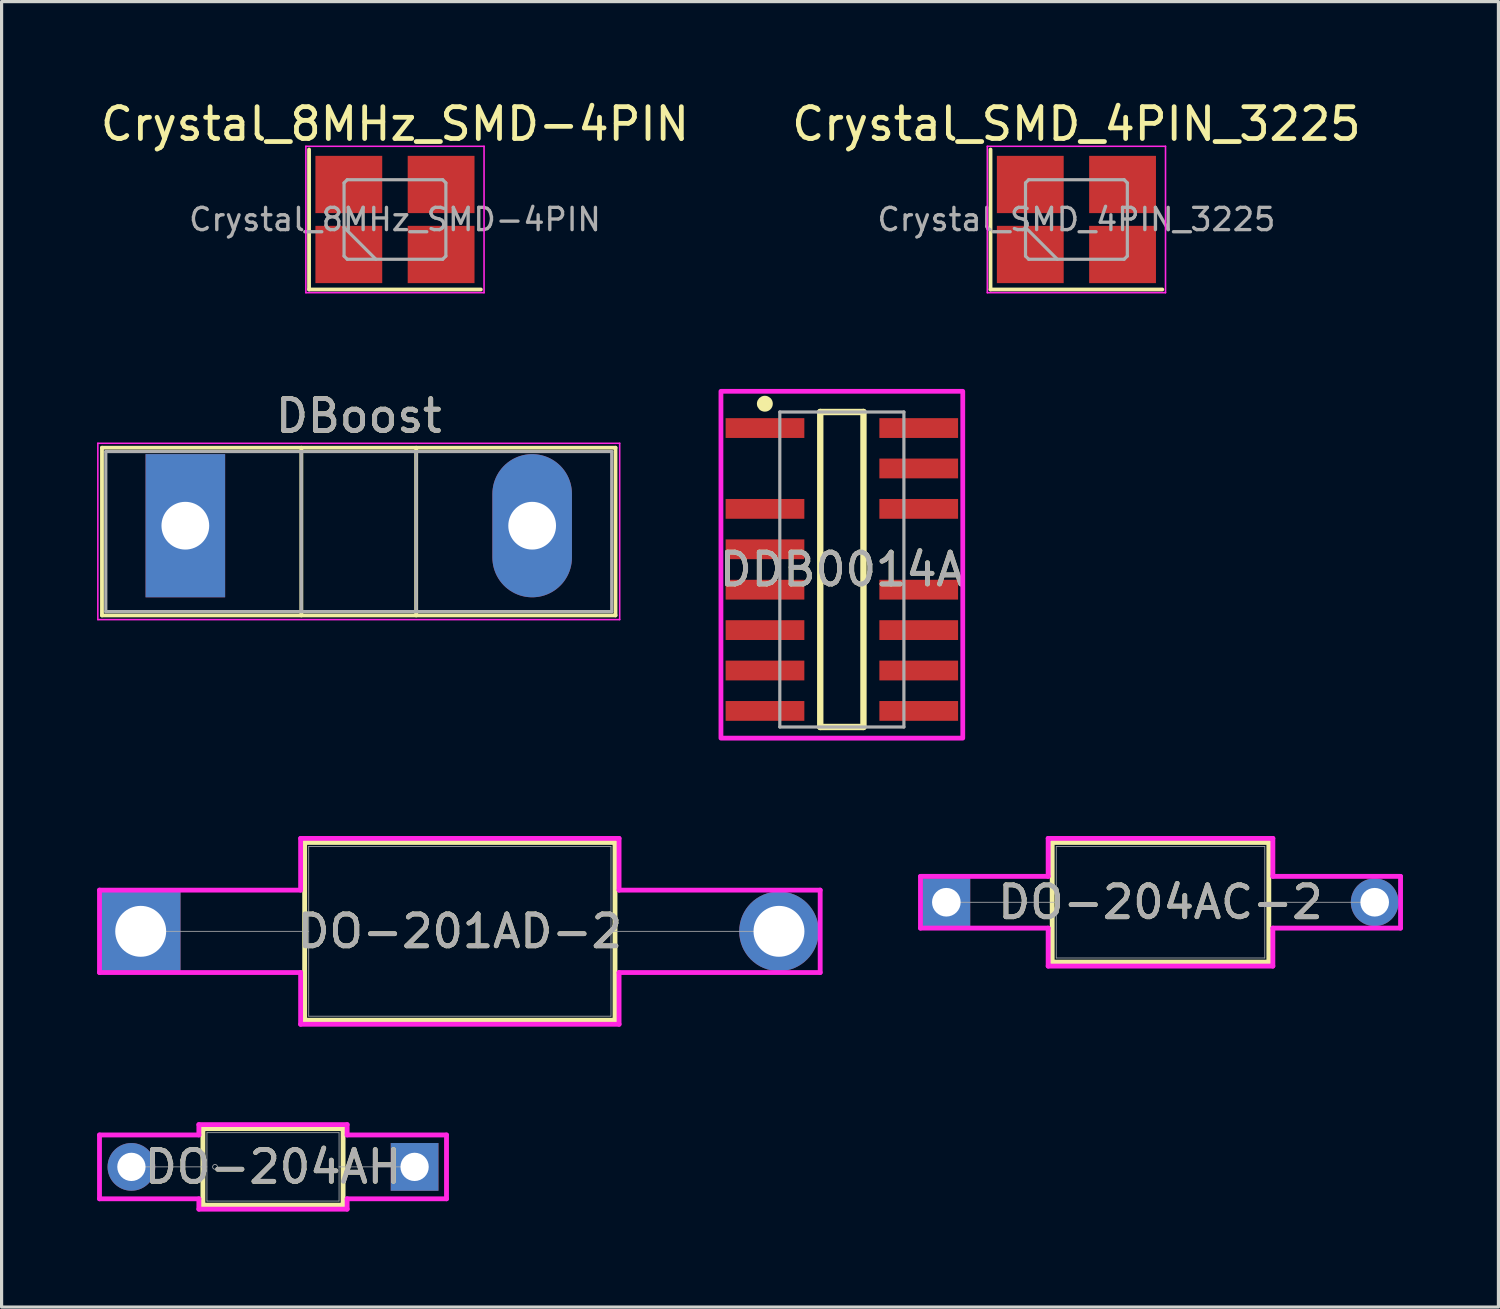
<source format=kicad_pcb>
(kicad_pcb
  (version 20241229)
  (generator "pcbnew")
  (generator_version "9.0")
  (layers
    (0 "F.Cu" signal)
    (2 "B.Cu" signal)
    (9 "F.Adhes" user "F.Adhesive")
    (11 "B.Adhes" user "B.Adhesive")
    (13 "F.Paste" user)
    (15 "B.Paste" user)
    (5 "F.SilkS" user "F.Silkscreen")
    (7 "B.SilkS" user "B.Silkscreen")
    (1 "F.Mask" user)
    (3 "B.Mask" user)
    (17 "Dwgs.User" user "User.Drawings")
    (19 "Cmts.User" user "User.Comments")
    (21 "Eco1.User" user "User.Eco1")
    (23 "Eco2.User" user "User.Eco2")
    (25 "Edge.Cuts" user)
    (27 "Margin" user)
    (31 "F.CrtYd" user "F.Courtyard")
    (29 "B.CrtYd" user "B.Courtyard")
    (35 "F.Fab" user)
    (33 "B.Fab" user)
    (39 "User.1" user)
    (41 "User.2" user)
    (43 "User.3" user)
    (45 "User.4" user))
  (footprint "DO-201AD-2"
    (layer "F.Cu")
    (at 1.372 26.22)
    (property "Reference" "DO-201AD-2" (at 10.03 0 0) (unlocked yes) (layer "F.SilkS") (effects (font (size 1 1) (thickness 0.15))))
    (attr through_hole)
    (fp_line (start 5.153 -2.794) (end 5.153 2.794) (stroke (width 0.152) (type solid)) (layer "F.SilkS"))
    (fp_line (start 5.153 2.794) (end 14.907 2.794) (stroke (width 0.152) (type solid)) (layer "F.SilkS"))
    (fp_line (start 14.907 -2.794) (end 5.153 -2.794) (stroke (width 0.152) (type solid)) (layer "F.SilkS"))
    (fp_line (start 14.907 2.794) (end 14.907 -2.794) (stroke (width 0.152) (type solid)) (layer "F.SilkS"))
    (fp_line (start -1.295 -1.295) (end 5.026 -1.295) (stroke (width 0.152) (type solid)) (layer "F.CrtYd"))
    (fp_line (start -1.295 1.295) (end -1.295 -1.295) (stroke (width 0.152) (type solid)) (layer "F.CrtYd"))
    (fp_line (start 5.026 -2.921) (end 15.034 -2.921) (stroke (width 0.152) (type solid)) (layer "F.CrtYd"))
    (fp_line (start 5.026 -1.295) (end 5.026 -2.921) (stroke (width 0.152) (type solid)) (layer "F.CrtYd"))
    (fp_line (start 5.026 1.295) (end -1.295 1.295) (stroke (width 0.152) (type solid)) (layer "F.CrtYd"))
    (fp_line (start 5.026 2.921) (end 5.026 1.295) (stroke (width 0.152) (type solid)) (layer "F.CrtYd"))
    (fp_line (start 15.034 -2.921) (end 15.034 -1.295) (stroke (width 0.152) (type solid)) (layer "F.CrtYd"))
    (fp_line (start 15.034 -1.295) (end 21.355 -1.295) (stroke (width 0.152) (type solid)) (layer "F.CrtYd"))
    (fp_line (start 15.034 1.295) (end 15.034 2.921) (stroke (width 0.152) (type solid)) (layer "F.CrtYd"))
    (fp_line (start 15.034 2.921) (end 5.026 2.921) (stroke (width 0.152) (type solid)) (layer "F.CrtYd"))
    (fp_line (start 21.355 -1.295) (end 21.355 1.295) (stroke (width 0.152) (type solid)) (layer "F.CrtYd"))
    (fp_line (start 21.355 1.295) (end 15.034 1.295) (stroke (width 0.152) (type solid)) (layer "F.CrtYd"))
    (fp_line (start 0 0) (end 5.28 0) (stroke (width 0.025) (type solid)) (layer "F.Fab"))
    (fp_line (start 5.28 -2.667) (end 5.28 2.667) (stroke (width 0.025) (type solid)) (layer "F.Fab"))
    (fp_line (start 5.28 2.667) (end 14.78 2.667) (stroke (width 0.025) (type solid)) (layer "F.Fab"))
    (fp_line (start 14.78 -2.667) (end 5.28 -2.667) (stroke (width 0.025) (type solid)) (layer "F.Fab"))
    (fp_line (start 14.78 2.667) (end 14.78 -2.667) (stroke (width 0.025) (type solid)) (layer "F.Fab"))
    (fp_line (start 20.06 0) (end 14.78 0) (stroke (width 0.025) (type solid)) (layer "F.Fab"))
    (fp_text user "${REFERENCE}" (at 10.03 0 0) (unlocked yes) (layer "F.Fab") (effects (font (size 1 1) (thickness 0.15))))
    (pad "1" thru_hole rect (at 0 0) (size 2.5 2.5) (drill 1.6) (layers "*.Cu" "*.Mask"))
    (pad "2" thru_hole circle (at 20.06 0) (size 2.5 2.5) (drill 1.6) (layers "*.Cu" "*.Mask")))
  (footprint "DO-204AC-2"
    (layer "F.Cu")
    (at 26.692 25.306)
    (property "Reference" "DO-204AC-2" (at 6.731 0 0) (unlocked yes) (layer "F.SilkS") (effects (font (size 1 1) (thickness 0.15))))
    (attr through_hole)
    (fp_line (start 3.327 -1.88) (end 3.327 1.88) (stroke (width 0.152) (type solid)) (layer "F.SilkS"))
    (fp_line (start 3.327 1.88) (end 10.135 1.88) (stroke (width 0.152) (type solid)) (layer "F.SilkS"))
    (fp_line (start 10.135 -1.88) (end 3.327 -1.88) (stroke (width 0.152) (type solid)) (layer "F.SilkS"))
    (fp_line (start 10.135 1.88) (end 10.135 -1.88) (stroke (width 0.152) (type solid)) (layer "F.SilkS"))
    (fp_line (start -0.813 -0.813) (end 3.2 -0.813) (stroke (width 0.152) (type solid)) (layer "F.CrtYd"))
    (fp_line (start -0.813 0.813) (end -0.813 -0.813) (stroke (width 0.152) (type solid)) (layer "F.CrtYd"))
    (fp_line (start 3.2 -2.007) (end 10.262 -2.007) (stroke (width 0.152) (type solid)) (layer "F.CrtYd"))
    (fp_line (start 3.2 -0.813) (end 3.2 -2.007) (stroke (width 0.152) (type solid)) (layer "F.CrtYd"))
    (fp_line (start 3.2 0.813) (end -0.813 0.813) (stroke (width 0.152) (type solid)) (layer "F.CrtYd"))
    (fp_line (start 3.2 2.007) (end 3.2 0.813) (stroke (width 0.152) (type solid)) (layer "F.CrtYd"))
    (fp_line (start 10.262 -2.007) (end 10.262 -0.813) (stroke (width 0.152) (type solid)) (layer "F.CrtYd"))
    (fp_line (start 10.262 -0.813) (end 14.275 -0.813) (stroke (width 0.152) (type solid)) (layer "F.CrtYd"))
    (fp_line (start 10.262 0.813) (end 10.262 2.007) (stroke (width 0.152) (type solid)) (layer "F.CrtYd"))
    (fp_line (start 10.262 2.007) (end 3.2 2.007) (stroke (width 0.152) (type solid)) (layer "F.CrtYd"))
    (fp_line (start 14.275 -0.813) (end 14.275 0.813) (stroke (width 0.152) (type solid)) (layer "F.CrtYd"))
    (fp_line (start 14.275 0.813) (end 10.262 0.813) (stroke (width 0.152) (type solid)) (layer "F.CrtYd"))
    (fp_line (start 0 0) (end 3.454 0) (stroke (width 0.025) (type solid)) (layer "F.Fab"))
    (fp_line (start 3.454 -1.753) (end 3.454 1.753) (stroke (width 0.025) (type solid)) (layer "F.Fab"))
    (fp_line (start 3.454 1.753) (end 10.008 1.753) (stroke (width 0.025) (type solid)) (layer "F.Fab"))
    (fp_line (start 10.008 -1.753) (end 3.454 -1.753) (stroke (width 0.025) (type solid)) (layer "F.Fab"))
    (fp_line (start 10.008 1.753) (end 10.008 -1.753) (stroke (width 0.025) (type solid)) (layer "F.Fab"))
    (fp_line (start 13.462 0) (end 10.008 0) (stroke (width 0.025) (type solid)) (layer "F.Fab"))
    (fp_text user "${REFERENCE}" (at 6.731 0 0) (unlocked yes) (layer "F.Fab") (effects (font (size 1 1) (thickness 0.15))))
    (pad "1" thru_hole rect (at 0 0) (size 1.5 1.5) (drill 0.9) (layers "*.Cu" "*.Mask"))
    (pad "2" thru_hole circle (at 13.462 0) (size 1.5 1.5) (drill 0.9) (layers "*.Cu" "*.Mask")))
  (footprint "DDB0014A"
    (layer "F.Cu")
    (at 23.408 14.848)
    (property "Reference" "DDB0014A" (at 0 0 0) (unlocked yes) (layer "F.SilkS") (effects (font (size 1 1) (thickness 0.15))))
    (attr smd)
    (fp_line (start -0.679 -4.95) (end 0.679 -4.95) (stroke (width 0.2) (type solid)) (layer "F.SilkS"))
    (fp_line (start -0.679 4.95) (end -0.679 -4.95) (stroke (width 0.2) (type solid)) (layer "F.SilkS"))
    (fp_line (start -0.679 4.95) (end 0.679 4.95) (stroke (width 0.2) (type solid)) (layer "F.SilkS"))
    (fp_line (start 0.679 4.95) (end 0.679 -4.95) (stroke (width 0.2) (type solid)) (layer "F.SilkS"))
    (fp_circle (center -2.42 -5.21) (end -2.295 -5.21) (stroke (width 0.25) (type solid)) (fill no) (layer "F.SilkS"))
    (fp_rect (start -3.8 -5.6) (end 3.8 5.3) (stroke (width 0.15) (type solid)) (fill no) (layer "F.CrtYd"))
    (fp_line (start -1.95 -4.95) (end 1.95 -4.95) (stroke (width 0.1) (type solid)) (layer "F.Fab"))
    (fp_line (start -1.95 4.95) (end -1.95 -4.95) (stroke (width 0.1) (type solid)) (layer "F.Fab"))
    (fp_line (start -1.95 4.95) (end 1.95 4.95) (stroke (width 0.1) (type solid)) (layer "F.Fab"))
    (fp_line (start 1.95 4.95) (end 1.95 -4.95) (stroke (width 0.1) (type solid)) (layer "F.Fab"))
    (fp_text user "${REFERENCE}" (at 0 0 0) (unlocked yes) (layer "F.Fab") (effects (font (size 1 1) (thickness 0.15))))
    (pad "1" smd rect (at -2.416 -4.445) (size 2.474 0.622) (layers "F.Cu" "F.Mask" "F.Paste"))
    (pad "3" smd rect (at -2.416 -1.905) (size 2.474 0.622) (layers "F.Cu" "F.Mask" "F.Paste"))
    (pad "4" smd rect (at -2.416 -0.635) (size 2.474 0.622) (layers "F.Cu" "F.Mask" "F.Paste"))
    (pad "5" smd rect (at -2.416 0.635) (size 2.474 0.622) (layers "F.Cu" "F.Mask" "F.Paste"))
    (pad "6" smd rect (at -2.416 1.905) (size 2.474 0.622) (layers "F.Cu" "F.Mask" "F.Paste"))
    (pad "7" smd rect (at -2.416 3.175) (size 2.474 0.622) (layers "F.Cu" "F.Mask" "F.Paste"))
    (pad "8" smd rect (at -2.416 4.445) (size 2.474 0.622) (layers "F.Cu" "F.Mask" "F.Paste"))
    (pad "9" smd rect (at 2.416 4.445) (size 2.474 0.622) (layers "F.Cu" "F.Mask" "F.Paste"))
    (pad "10" smd rect (at 2.416 3.175) (size 2.474 0.622) (layers "F.Cu" "F.Mask" "F.Paste"))
    (pad "11" smd rect (at 2.416 1.905) (size 2.474 0.622) (layers "F.Cu" "F.Mask" "F.Paste"))
    (pad "12" smd rect (at 2.416 0.635) (size 2.474 0.622) (layers "F.Cu" "F.Mask" "F.Paste"))
    (pad "14" smd rect (at 2.416 -1.905) (size 2.474 0.622) (layers "F.Cu" "F.Mask" "F.Paste"))
    (pad "15" smd rect (at 2.416 -3.175) (size 2.474 0.622) (layers "F.Cu" "F.Mask" "F.Paste"))
    (pad "16" smd rect (at 2.416 -4.445) (size 2.474 0.622) (layers "F.Cu" "F.Mask" "F.Paste")))
  (footprint "Crystal_8MHz_SMD-4PIN"
    (layer "F.Cu")
    (at 9.363 3.848)
    (property "Reference" "Crystal_8MHz_SMD-4PIN" (at 0 -3 0) (layer "F.SilkS") (effects (font (size 1 1) (thickness 0.15))))
    (attr smd)
    (fp_line (start -2.7 -2.2) (end -2.7 2.2) (stroke (width 0.12) (type solid)) (layer "F.SilkS"))
    (fp_line (start -2.7 2.2) (end 2.7 2.2) (stroke (width 0.12) (type solid)) (layer "F.SilkS"))
    (fp_line (start -2.8 -2.3) (end -2.8 2.3) (stroke (width 0.05) (type solid)) (layer "F.CrtYd"))
    (fp_line (start -2.8 2.3) (end 2.8 2.3) (stroke (width 0.05) (type solid)) (layer "F.CrtYd"))
    (fp_line (start 2.8 -2.3) (end -2.8 -2.3) (stroke (width 0.05) (type solid)) (layer "F.CrtYd"))
    (fp_line (start 2.8 2.3) (end 2.8 -2.3) (stroke (width 0.05) (type solid)) (layer "F.CrtYd"))
    (fp_line (start -1.6 -1.15) (end -1.5 -1.25) (stroke (width 0.1) (type solid)) (layer "F.Fab"))
    (fp_line (start -1.6 0.25) (end -0.6 1.25) (stroke (width 0.1) (type solid)) (layer "F.Fab"))
    (fp_line (start -1.6 1.15) (end -1.6 -1.15) (stroke (width 0.1) (type solid)) (layer "F.Fab"))
    (fp_line (start -1.5 -1.25) (end 1.5 -1.25) (stroke (width 0.1) (type solid)) (layer "F.Fab"))
    (fp_line (start -1.5 1.25) (end -1.6 1.15) (stroke (width 0.1) (type solid)) (layer "F.Fab"))
    (fp_line (start 1.5 -1.25) (end 1.6 -1.15) (stroke (width 0.1) (type solid)) (layer "F.Fab"))
    (fp_line (start 1.5 1.25) (end -1.5 1.25) (stroke (width 0.1) (type solid)) (layer "F.Fab"))
    (fp_line (start 1.6 -1.15) (end 1.6 1.15) (stroke (width 0.1) (type solid)) (layer "F.Fab"))
    (fp_line (start 1.6 1.15) (end 1.5 1.25) (stroke (width 0.1) (type solid)) (layer "F.Fab"))
    (fp_text user "${REFERENCE}" (at 0 0 0) (layer "F.Fab") (effects (font (size 0.7 0.7) (thickness 0.105))))
    (pad "1" smd rect (at -1.45 1.1) (size 2.1 1.8) (layers "F.Cu" "F.Mask" "F.Paste"))
    (pad "2" smd rect (at 1.45 1.1) (size 2.1 1.8) (layers "F.Cu" "F.Mask" "F.Paste"))
    (pad "3" smd rect (at 1.45 -1.1) (size 2.1 1.8) (layers "F.Cu" "F.Mask" "F.Paste"))
    (pad "4" smd rect (at -1.45 -1.1) (size 2.1 1.8) (layers "F.Cu" "F.Mask" "F.Paste")))
  (footprint "DBoost"
    (layer "F.Cu")
    (at 2.775 13.472)
    (property "Reference" "DBoost" (at 5.45 -3.45 0) (layer "F.SilkS") (effects (font (size 1 1) (thickness 0.15))))
    (attr through_hole)
    (fp_line (start -2.62 -2.451) (end -2.62 2.82) (stroke (width 0.12) (type solid)) (layer "F.SilkS"))
    (fp_line (start -2.62 -2.451) (end 13.52 -2.451) (stroke (width 0.12) (type solid)) (layer "F.SilkS"))
    (fp_line (start -2.62 2.82) (end 13.52 2.82) (stroke (width 0.12) (type solid)) (layer "F.SilkS"))
    (fp_line (start 3.646 -2.451) (end 3.646 2.82) (stroke (width 0.12) (type solid)) (layer "F.SilkS"))
    (fp_line (start 7.255 -2.451) (end 7.255 2.82) (stroke (width 0.12) (type solid)) (layer "F.SilkS"))
    (fp_line (start 13.52 -2.451) (end 13.52 2.82) (stroke (width 0.12) (type solid)) (layer "F.SilkS"))
    (fp_line (start -2.75 -2.59) (end -2.75 2.95) (stroke (width 0.05) (type solid)) (layer "F.CrtYd"))
    (fp_line (start -2.75 2.95) (end 13.65 2.95) (stroke (width 0.05) (type solid)) (layer "F.CrtYd"))
    (fp_line (start 13.65 -2.59) (end -2.75 -2.59) (stroke (width 0.05) (type solid)) (layer "F.CrtYd"))
    (fp_line (start 13.65 2.95) (end 13.65 -2.59) (stroke (width 0.05) (type solid)) (layer "F.CrtYd"))
    (fp_line (start -2.5 -2.33) (end -2.5 2.7) (stroke (width 0.1) (type solid)) (layer "F.Fab"))
    (fp_line (start -2.5 2.7) (end 13.4 2.7) (stroke (width 0.1) (type solid)) (layer "F.Fab"))
    (fp_line (start 3.645 -2.33) (end 3.645 2.7) (stroke (width 0.1) (type solid)) (layer "F.Fab"))
    (fp_line (start 7.255 -2.33) (end 7.255 2.7) (stroke (width 0.1) (type solid)) (layer "F.Fab"))
    (fp_line (start 13.4 -2.33) (end -2.5 -2.33) (stroke (width 0.1) (type solid)) (layer "F.Fab"))
    (fp_line (start 13.4 2.7) (end 13.4 -2.33) (stroke (width 0.1) (type solid)) (layer "F.Fab"))
    (fp_text user "${REFERENCE}" (at 5.45 -3.45 0) (layer "F.Fab") (effects (font (size 1 1) (thickness 0.15))))
    (pad "1" thru_hole rect (at 0 0) (size 2.5 4.5) (drill 1.5) (layers "*.Cu" "*.Mask"))
    (pad "2" thru_hole oval (at 10.9 0) (size 2.5 4.5) (drill 1.5) (layers "*.Cu" "*.Mask")))
  (footprint "Crystal_SMD_4PIN_3225"
    (layer "F.Cu")
    (at 30.78 3.848)
    (property "Reference" "Crystal_SMD_4PIN_3225" (at 0 -3 0) (layer "F.SilkS") (effects (font (size 1 1) (thickness 0.15))))
    (attr smd)
    (fp_line (start -2.7 -2.2) (end -2.7 2.2) (stroke (width 0.12) (type solid)) (layer "F.SilkS"))
    (fp_line (start -2.7 2.2) (end 2.7 2.2) (stroke (width 0.12) (type solid)) (layer "F.SilkS"))
    (fp_line (start -2.8 -2.3) (end -2.8 2.3) (stroke (width 0.05) (type solid)) (layer "F.CrtYd"))
    (fp_line (start -2.8 2.3) (end 2.8 2.3) (stroke (width 0.05) (type solid)) (layer "F.CrtYd"))
    (fp_line (start 2.8 -2.3) (end -2.8 -2.3) (stroke (width 0.05) (type solid)) (layer "F.CrtYd"))
    (fp_line (start 2.8 2.3) (end 2.8 -2.3) (stroke (width 0.05) (type solid)) (layer "F.CrtYd"))
    (fp_line (start -1.6 -1.15) (end -1.5 -1.25) (stroke (width 0.1) (type solid)) (layer "F.Fab"))
    (fp_line (start -1.6 0.25) (end -0.6 1.25) (stroke (width 0.1) (type solid)) (layer "F.Fab"))
    (fp_line (start -1.6 1.15) (end -1.6 -1.15) (stroke (width 0.1) (type solid)) (layer "F.Fab"))
    (fp_line (start -1.5 -1.25) (end 1.5 -1.25) (stroke (width 0.1) (type solid)) (layer "F.Fab"))
    (fp_line (start -1.5 1.25) (end -1.6 1.15) (stroke (width 0.1) (type solid)) (layer "F.Fab"))
    (fp_line (start 1.5 -1.25) (end 1.6 -1.15) (stroke (width 0.1) (type solid)) (layer "F.Fab"))
    (fp_line (start 1.5 1.25) (end -1.5 1.25) (stroke (width 0.1) (type solid)) (layer "F.Fab"))
    (fp_line (start 1.6 -1.15) (end 1.6 1.15) (stroke (width 0.1) (type solid)) (layer "F.Fab"))
    (fp_line (start 1.6 1.15) (end 1.5 1.25) (stroke (width 0.1) (type solid)) (layer "F.Fab"))
    (fp_text user "${REFERENCE}" (at 0 0 0) (layer "F.Fab") (effects (font (size 0.7 0.7) (thickness 0.105))))
    (pad "1" smd rect (at -1.45 1.1) (size 2.1 1.8) (layers "F.Cu" "F.Mask" "F.Paste"))
    (pad "2" smd rect (at 1.45 1.1) (size 2.1 1.8) (layers "F.Cu" "F.Mask" "F.Paste"))
    (pad "3" smd rect (at 1.45 -1.1) (size 2.1 1.8) (layers "F.Cu" "F.Mask" "F.Paste"))
    (pad "4" smd rect (at -1.45 -1.1) (size 2.1 1.8) (layers "F.Cu" "F.Mask" "F.Paste")))
  (footprint "DO-204AH"
    (layer "F.Cu")
    (at 9.98 33.623)
    (property "Reference" "DO-204AH" (at -4.45 0 0) (unlocked yes) (layer "F.SilkS") (effects (font (size 1 1) (thickness 0.15))))
    (attr through_hole)
    (fp_line (start -6.653 -1.202) (end -6.653 1.202) (stroke (width 0.152) (type solid)) (layer "F.SilkS"))
    (fp_line (start -6.653 1.202) (end -2.247 1.202) (stroke (width 0.152) (type solid)) (layer "F.SilkS"))
    (fp_line (start -2.247 -1.202) (end -6.653 -1.202) (stroke (width 0.152) (type solid)) (layer "F.SilkS"))
    (fp_line (start -2.247 1.202) (end -2.247 -1.202) (stroke (width 0.152) (type solid)) (layer "F.SilkS"))
    (fp_line (start -9.903 -1.003) (end -6.78 -1.003) (stroke (width 0.152) (type solid)) (layer "F.CrtYd"))
    (fp_line (start -9.903 1.003) (end -9.903 -1.003) (stroke (width 0.152) (type solid)) (layer "F.CrtYd"))
    (fp_line (start -6.78 -1.329) (end -2.12 -1.329) (stroke (width 0.152) (type solid)) (layer "F.CrtYd"))
    (fp_line (start -6.78 -1.003) (end -6.78 -1.329) (stroke (width 0.152) (type solid)) (layer "F.CrtYd"))
    (fp_line (start -6.78 1.003) (end -9.903 1.003) (stroke (width 0.152) (type solid)) (layer "F.CrtYd"))
    (fp_line (start -6.78 1.329) (end -6.78 1.003) (stroke (width 0.152) (type solid)) (layer "F.CrtYd"))
    (fp_line (start -6.78 1.329) (end -2.12 1.329) (stroke (width 0.152) (type solid)) (layer "F.CrtYd"))
    (fp_line (start -2.12 -1.329) (end -2.12 -1.003) (stroke (width 0.152) (type solid)) (layer "F.CrtYd"))
    (fp_line (start -2.12 -1.003) (end 1.003 -1.003) (stroke (width 0.152) (type solid)) (layer "F.CrtYd"))
    (fp_line (start -2.12 1.003) (end -2.12 1.329) (stroke (width 0.152) (type solid)) (layer "F.CrtYd"))
    (fp_line (start 1.003 -1.003) (end 1.003 1.003) (stroke (width 0.152) (type solid)) (layer "F.CrtYd"))
    (fp_line (start 1.003 1.003) (end -2.12 1.003) (stroke (width 0.152) (type solid)) (layer "F.CrtYd"))
    (fp_line (start -8.9 0) (end -6.526 0) (stroke (width 0.025) (type solid)) (layer "F.Fab"))
    (fp_line (start -6.526 -1.075) (end -6.526 1.075) (stroke (width 0.025) (type solid)) (layer "F.Fab"))
    (fp_line (start -6.526 1.075) (end -2.374 1.075) (stroke (width 0.025) (type solid)) (layer "F.Fab"))
    (fp_line (start -2.374 -1.075) (end -6.526 -1.075) (stroke (width 0.025) (type solid)) (layer "F.Fab"))
    (fp_line (start -2.374 1.075) (end -2.374 -1.075) (stroke (width 0.025) (type solid)) (layer "F.Fab"))
    (fp_line (start 0 0) (end -2.374 0) (stroke (width 0.025) (type solid)) (layer "F.Fab"))
    (fp_circle (center -6.272 0) (end -6.196 0) (stroke (width 0.025) (type solid)) (fill no) (layer "F.Fab"))
    (fp_text user "${REFERENCE}" (at -4.45 0 0) (unlocked yes) (layer "F.Fab") (effects (font (size 1 1) (thickness 0.15))))
    (pad "1" thru_hole circle (at -8.9 0) (size 1.499 1.499) (drill 0.889) (layers "*.Cu" "*.Mask"))
    (pad "2" thru_hole rect (at 0 0) (size 1.499 1.499) (drill 0.889) (layers "*.Cu" "*.Mask")))
  (gr_rect
    (start -3 -3)
    (end 44.043 38.028)
    (stroke (width 0.1) (type default))
    (fill no)
    (layer "Edge.Cuts")))
</source>
